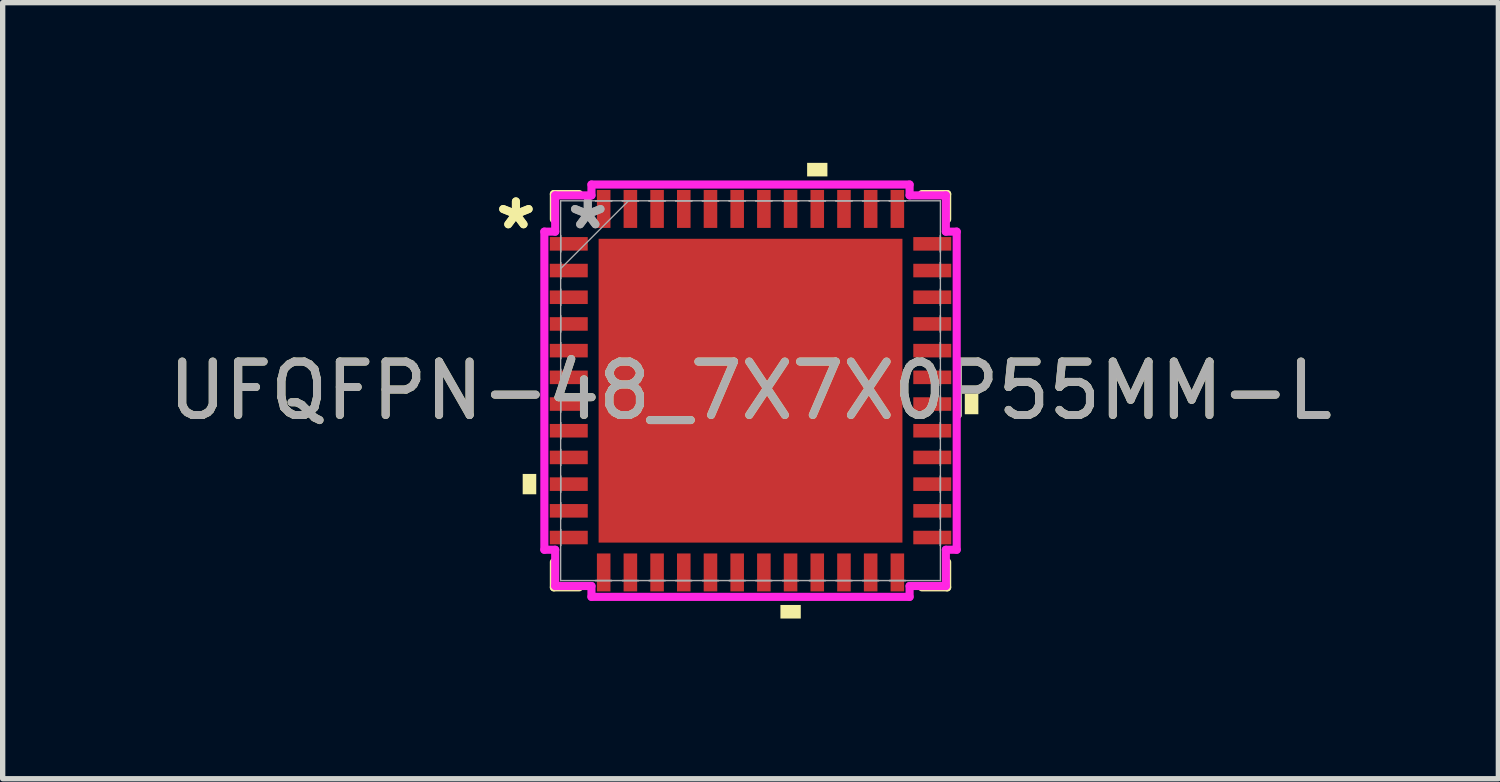
<source format=kicad_pcb>
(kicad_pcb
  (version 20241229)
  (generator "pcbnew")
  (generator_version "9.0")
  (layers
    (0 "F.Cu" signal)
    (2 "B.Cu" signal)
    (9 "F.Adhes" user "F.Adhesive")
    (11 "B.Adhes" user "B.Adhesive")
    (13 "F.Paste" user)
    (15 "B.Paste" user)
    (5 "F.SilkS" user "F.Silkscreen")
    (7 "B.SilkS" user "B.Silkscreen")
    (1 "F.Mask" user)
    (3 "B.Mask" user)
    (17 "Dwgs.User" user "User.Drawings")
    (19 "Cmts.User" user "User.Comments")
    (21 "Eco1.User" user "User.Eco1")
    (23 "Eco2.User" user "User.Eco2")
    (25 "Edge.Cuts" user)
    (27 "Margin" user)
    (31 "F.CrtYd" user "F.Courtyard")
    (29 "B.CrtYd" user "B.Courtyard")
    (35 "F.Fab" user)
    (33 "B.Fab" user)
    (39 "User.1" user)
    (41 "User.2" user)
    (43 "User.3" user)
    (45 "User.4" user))
  (footprint "UFQFPN-48_7X7X0P55MM-L"
    (layer "F.Cu")
    (at 11.006 4.267)
    (property "Reference" "UFQFPN-48_7X7X0P55MM-L" (at 0 0 0) (unlocked yes) (layer "F.SilkS") (effects (font (size 1 1) (thickness 0.15))))
    (attr smd)
    (fp_line (start -3.683 -3.683) (end -3.683 -3.21) (stroke (width 0.152) (type solid)) (layer "F.SilkS"))
    (fp_line (start -3.683 3.21) (end -3.683 3.683) (stroke (width 0.152) (type solid)) (layer "F.SilkS"))
    (fp_line (start -3.683 3.683) (end -3.21 3.683) (stroke (width 0.152) (type solid)) (layer "F.SilkS"))
    (fp_line (start -3.21 -3.683) (end -3.683 -3.683) (stroke (width 0.152) (type solid)) (layer "F.SilkS"))
    (fp_line (start 3.21 3.683) (end 3.683 3.683) (stroke (width 0.152) (type solid)) (layer "F.SilkS"))
    (fp_line (start 3.683 -3.683) (end 3.21 -3.683) (stroke (width 0.152) (type solid)) (layer "F.SilkS"))
    (fp_line (start 3.683 -3.21) (end 3.683 -3.683) (stroke (width 0.152) (type solid)) (layer "F.SilkS"))
    (fp_line (start 3.683 3.683) (end 3.683 3.21) (stroke (width 0.152) (type solid)) (layer "F.SilkS"))
    (fp_poly (pts (xy -4.267 1.559) (xy -4.267 1.94) (xy -4.013 1.94) (xy -4.013 1.559)) (stroke (width 0) (type solid)) (fill yes) (layer "F.SilkS"))
    (fp_poly (pts (xy 0.56 4.013) (xy 0.56 4.267) (xy 0.941 4.267) (xy 0.941 4.013)) (stroke (width 0) (type solid)) (fill yes) (layer "F.SilkS"))
    (fp_poly (pts (xy 1.06 -4.013) (xy 1.06 -4.267) (xy 1.44 -4.267) (xy 1.44 -4.013)) (stroke (width 0) (type solid)) (fill yes) (layer "F.SilkS"))
    (fp_poly (pts (xy 4.267 0.059) (xy 4.267 0.441) (xy 4.013 0.441) (xy 4.013 0.059)) (stroke (width 0) (type solid)) (fill yes) (layer "F.SilkS"))
    (fp_poly (pts (xy -2.745 -2.745) (xy -2.745 -1.522) (xy -1.522 -1.522) (xy -1.522 -2.745)) (stroke (width 0) (type solid)) (fill yes) (layer "F.Paste"))
    (fp_poly (pts (xy -2.745 -1.322) (xy -2.745 -0.1) (xy -1.522 -0.1) (xy -1.522 -1.322)) (stroke (width 0) (type solid)) (fill yes) (layer "F.Paste"))
    (fp_poly (pts (xy -2.745 0.1) (xy -2.745 1.322) (xy -1.522 1.322) (xy -1.522 0.1)) (stroke (width 0) (type solid)) (fill yes) (layer "F.Paste"))
    (fp_poly (pts (xy -2.745 1.522) (xy -2.745 2.745) (xy -1.522 2.745) (xy -1.522 1.522)) (stroke (width 0) (type solid)) (fill yes) (layer "F.Paste"))
    (fp_poly (pts (xy -1.322 -2.745) (xy -1.322 -1.522) (xy -0.1 -1.522) (xy -0.1 -2.745)) (stroke (width 0) (type solid)) (fill yes) (layer "F.Paste"))
    (fp_poly (pts (xy -1.322 -1.322) (xy -1.322 -0.1) (xy -0.1 -0.1) (xy -0.1 -1.322)) (stroke (width 0) (type solid)) (fill yes) (layer "F.Paste"))
    (fp_poly (pts (xy -1.322 0.1) (xy -1.322 1.322) (xy -0.1 1.322) (xy -0.1 0.1)) (stroke (width 0) (type solid)) (fill yes) (layer "F.Paste"))
    (fp_poly (pts (xy -1.322 1.522) (xy -1.322 2.745) (xy -0.1 2.745) (xy -0.1 1.522)) (stroke (width 0) (type solid)) (fill yes) (layer "F.Paste"))
    (fp_poly (pts (xy 0.1 -2.745) (xy 0.1 -1.522) (xy 1.322 -1.522) (xy 1.322 -2.745)) (stroke (width 0) (type solid)) (fill yes) (layer "F.Paste"))
    (fp_poly (pts (xy 0.1 -1.322) (xy 0.1 -0.1) (xy 1.322 -0.1) (xy 1.322 -1.322)) (stroke (width 0) (type solid)) (fill yes) (layer "F.Paste"))
    (fp_poly (pts (xy 0.1 0.1) (xy 0.1 1.322) (xy 1.322 1.322) (xy 1.322 0.1)) (stroke (width 0) (type solid)) (fill yes) (layer "F.Paste"))
    (fp_poly (pts (xy 0.1 1.522) (xy 0.1 2.745) (xy 1.322 2.745) (xy 1.322 1.522)) (stroke (width 0) (type solid)) (fill yes) (layer "F.Paste"))
    (fp_poly (pts (xy 1.522 -2.745) (xy 1.522 -1.522) (xy 2.745 -1.522) (xy 2.745 -2.745)) (stroke (width 0) (type solid)) (fill yes) (layer "F.Paste"))
    (fp_poly (pts (xy 1.522 -1.322) (xy 1.522 -0.1) (xy 2.745 -0.1) (xy 2.745 -1.322)) (stroke (width 0) (type solid)) (fill yes) (layer "F.Paste"))
    (fp_poly (pts (xy 1.522 0.1) (xy 1.522 1.322) (xy 2.745 1.322) (xy 2.745 0.1)) (stroke (width 0) (type solid)) (fill yes) (layer "F.Paste"))
    (fp_poly (pts (xy 1.522 1.522) (xy 1.522 2.745) (xy 2.745 2.745) (xy 2.745 1.522)) (stroke (width 0) (type solid)) (fill yes) (layer "F.Paste"))
    (fp_line (start -3.861 -2.979) (end -3.658 -2.979) (stroke (width 0.152) (type solid)) (layer "F.CrtYd"))
    (fp_line (start -3.861 2.979) (end -3.861 -2.979) (stroke (width 0.152) (type solid)) (layer "F.CrtYd"))
    (fp_line (start -3.658 -3.658) (end -2.979 -3.658) (stroke (width 0.152) (type solid)) (layer "F.CrtYd"))
    (fp_line (start -3.658 -2.979) (end -3.658 -3.658) (stroke (width 0.152) (type solid)) (layer "F.CrtYd"))
    (fp_line (start -3.658 2.979) (end -3.861 2.979) (stroke (width 0.152) (type solid)) (layer "F.CrtYd"))
    (fp_line (start -3.658 3.658) (end -3.658 2.979) (stroke (width 0.152) (type solid)) (layer "F.CrtYd"))
    (fp_line (start -2.979 -3.861) (end 2.979 -3.861) (stroke (width 0.152) (type solid)) (layer "F.CrtYd"))
    (fp_line (start -2.979 -3.658) (end -2.979 -3.861) (stroke (width 0.152) (type solid)) (layer "F.CrtYd"))
    (fp_line (start -2.979 3.658) (end -3.658 3.658) (stroke (width 0.152) (type solid)) (layer "F.CrtYd"))
    (fp_line (start -2.979 3.861) (end -2.979 3.658) (stroke (width 0.152) (type solid)) (layer "F.CrtYd"))
    (fp_line (start 2.979 -3.861) (end 2.979 -3.658) (stroke (width 0.152) (type solid)) (layer "F.CrtYd"))
    (fp_line (start 2.979 -3.658) (end 3.658 -3.658) (stroke (width 0.152) (type solid)) (layer "F.CrtYd"))
    (fp_line (start 2.979 3.658) (end 2.979 3.861) (stroke (width 0.152) (type solid)) (layer "F.CrtYd"))
    (fp_line (start 2.979 3.861) (end -2.979 3.861) (stroke (width 0.152) (type solid)) (layer "F.CrtYd"))
    (fp_line (start 3.658 -3.658) (end 3.658 -2.979) (stroke (width 0.152) (type solid)) (layer "F.CrtYd"))
    (fp_line (start 3.658 -2.979) (end 3.861 -2.979) (stroke (width 0.152) (type solid)) (layer "F.CrtYd"))
    (fp_line (start 3.658 2.979) (end 3.658 3.658) (stroke (width 0.152) (type solid)) (layer "F.CrtYd"))
    (fp_line (start 3.658 3.658) (end 2.979 3.658) (stroke (width 0.152) (type solid)) (layer "F.CrtYd"))
    (fp_line (start 3.861 -2.979) (end 3.861 2.979) (stroke (width 0.152) (type solid)) (layer "F.CrtYd"))
    (fp_line (start 3.861 2.979) (end 3.658 2.979) (stroke (width 0.152) (type solid)) (layer "F.CrtYd"))
    (fp_line (start -3.556 -3.556) (end -3.556 -3.556) (stroke (width 0.025) (type solid)) (layer "F.Fab"))
    (fp_line (start -3.556 -3.556) (end -3.556 3.556) (stroke (width 0.025) (type solid)) (layer "F.Fab"))
    (fp_line (start -3.556 -2.902) (end -3.556 -2.902) (stroke (width 0.025) (type solid)) (layer "F.Fab"))
    (fp_line (start -3.556 -2.902) (end -3.556 -2.598) (stroke (width 0.025) (type solid)) (layer "F.Fab"))
    (fp_line (start -3.556 -2.598) (end -3.556 -2.902) (stroke (width 0.025) (type solid)) (layer "F.Fab"))
    (fp_line (start -3.556 -2.598) (end -3.556 -2.598) (stroke (width 0.025) (type solid)) (layer "F.Fab"))
    (fp_line (start -3.556 -2.402) (end -3.556 -2.402) (stroke (width 0.025) (type solid)) (layer "F.Fab"))
    (fp_line (start -3.556 -2.402) (end -3.556 -2.098) (stroke (width 0.025) (type solid)) (layer "F.Fab"))
    (fp_line (start -3.556 -2.286) (end -2.286 -3.556) (stroke (width 0.025) (type solid)) (layer "F.Fab"))
    (fp_line (start -3.556 -2.098) (end -3.556 -2.402) (stroke (width 0.025) (type solid)) (layer "F.Fab"))
    (fp_line (start -3.556 -2.098) (end -3.556 -2.098) (stroke (width 0.025) (type solid)) (layer "F.Fab"))
    (fp_line (start -3.556 -1.902) (end -3.556 -1.902) (stroke (width 0.025) (type solid)) (layer "F.Fab"))
    (fp_line (start -3.556 -1.902) (end -3.556 -1.598) (stroke (width 0.025) (type solid)) (layer "F.Fab"))
    (fp_line (start -3.556 -1.598) (end -3.556 -1.902) (stroke (width 0.025) (type solid)) (layer "F.Fab"))
    (fp_line (start -3.556 -1.598) (end -3.556 -1.598) (stroke (width 0.025) (type solid)) (layer "F.Fab"))
    (fp_line (start -3.556 -1.402) (end -3.556 -1.402) (stroke (width 0.025) (type solid)) (layer "F.Fab"))
    (fp_line (start -3.556 -1.402) (end -3.556 -1.098) (stroke (width 0.025) (type solid)) (layer "F.Fab"))
    (fp_line (start -3.556 -1.098) (end -3.556 -1.402) (stroke (width 0.025) (type solid)) (layer "F.Fab"))
    (fp_line (start -3.556 -1.098) (end -3.556 -1.098) (stroke (width 0.025) (type solid)) (layer "F.Fab"))
    (fp_line (start -3.556 -0.902) (end -3.556 -0.902) (stroke (width 0.025) (type solid)) (layer "F.Fab"))
    (fp_line (start -3.556 -0.902) (end -3.556 -0.598) (stroke (width 0.025) (type solid)) (layer "F.Fab"))
    (fp_line (start -3.556 -0.598) (end -3.556 -0.902) (stroke (width 0.025) (type solid)) (layer "F.Fab"))
    (fp_line (start -3.556 -0.598) (end -3.556 -0.598) (stroke (width 0.025) (type solid)) (layer "F.Fab"))
    (fp_line (start -3.556 -0.402) (end -3.556 -0.402) (stroke (width 0.025) (type solid)) (layer "F.Fab"))
    (fp_line (start -3.556 -0.402) (end -3.556 -0.098) (stroke (width 0.025) (type solid)) (layer "F.Fab"))
    (fp_line (start -3.556 -0.098) (end -3.556 -0.402) (stroke (width 0.025) (type solid)) (layer "F.Fab"))
    (fp_line (start -3.556 -0.098) (end -3.556 -0.098) (stroke (width 0.025) (type solid)) (layer "F.Fab"))
    (fp_line (start -3.556 0.098) (end -3.556 0.098) (stroke (width 0.025) (type solid)) (layer "F.Fab"))
    (fp_line (start -3.556 0.098) (end -3.556 0.402) (stroke (width 0.025) (type solid)) (layer "F.Fab"))
    (fp_line (start -3.556 0.402) (end -3.556 0.098) (stroke (width 0.025) (type solid)) (layer "F.Fab"))
    (fp_line (start -3.556 0.402) (end -3.556 0.402) (stroke (width 0.025) (type solid)) (layer "F.Fab"))
    (fp_line (start -3.556 0.598) (end -3.556 0.598) (stroke (width 0.025) (type solid)) (layer "F.Fab"))
    (fp_line (start -3.556 0.598) (end -3.556 0.902) (stroke (width 0.025) (type solid)) (layer "F.Fab"))
    (fp_line (start -3.556 0.902) (end -3.556 0.598) (stroke (width 0.025) (type solid)) (layer "F.Fab"))
    (fp_line (start -3.556 0.902) (end -3.556 0.902) (stroke (width 0.025) (type solid)) (layer "F.Fab"))
    (fp_line (start -3.556 1.098) (end -3.556 1.098) (stroke (width 0.025) (type solid)) (layer "F.Fab"))
    (fp_line (start -3.556 1.098) (end -3.556 1.402) (stroke (width 0.025) (type solid)) (layer "F.Fab"))
    (fp_line (start -3.556 1.402) (end -3.556 1.098) (stroke (width 0.025) (type solid)) (layer "F.Fab"))
    (fp_line (start -3.556 1.402) (end -3.556 1.402) (stroke (width 0.025) (type solid)) (layer "F.Fab"))
    (fp_line (start -3.556 1.598) (end -3.556 1.598) (stroke (width 0.025) (type solid)) (layer "F.Fab"))
    (fp_line (start -3.556 1.598) (end -3.556 1.902) (stroke (width 0.025) (type solid)) (layer "F.Fab"))
    (fp_line (start -3.556 1.902) (end -3.556 1.598) (stroke (width 0.025) (type solid)) (layer "F.Fab"))
    (fp_line (start -3.556 1.902) (end -3.556 1.902) (stroke (width 0.025) (type solid)) (layer "F.Fab"))
    (fp_line (start -3.556 2.098) (end -3.556 2.098) (stroke (width 0.025) (type solid)) (layer "F.Fab"))
    (fp_line (start -3.556 2.098) (end -3.556 2.402) (stroke (width 0.025) (type solid)) (layer "F.Fab"))
    (fp_line (start -3.556 2.402) (end -3.556 2.098) (stroke (width 0.025) (type solid)) (layer "F.Fab"))
    (fp_line (start -3.556 2.402) (end -3.556 2.402) (stroke (width 0.025) (type solid)) (layer "F.Fab"))
    (fp_line (start -3.556 2.598) (end -3.556 2.598) (stroke (width 0.025) (type solid)) (layer "F.Fab"))
    (fp_line (start -3.556 2.598) (end -3.556 2.902) (stroke (width 0.025) (type solid)) (layer "F.Fab"))
    (fp_line (start -3.556 2.902) (end -3.556 2.598) (stroke (width 0.025) (type solid)) (layer "F.Fab"))
    (fp_line (start -3.556 2.902) (end -3.556 2.902) (stroke (width 0.025) (type solid)) (layer "F.Fab"))
    (fp_line (start -3.556 3.556) (end -3.556 3.556) (stroke (width 0.025) (type solid)) (layer "F.Fab"))
    (fp_line (start -3.556 3.556) (end 3.556 3.556) (stroke (width 0.025) (type solid)) (layer "F.Fab"))
    (fp_line (start -2.902 -3.556) (end -2.902 -3.556) (stroke (width 0.025) (type solid)) (layer "F.Fab"))
    (fp_line (start -2.902 -3.556) (end -2.598 -3.556) (stroke (width 0.025) (type solid)) (layer "F.Fab"))
    (fp_line (start -2.902 3.556) (end -2.902 3.556) (stroke (width 0.025) (type solid)) (layer "F.Fab"))
    (fp_line (start -2.902 3.556) (end -2.598 3.556) (stroke (width 0.025) (type solid)) (layer "F.Fab"))
    (fp_line (start -2.598 -3.556) (end -2.902 -3.556) (stroke (width 0.025) (type solid)) (layer "F.Fab"))
    (fp_line (start -2.598 -3.556) (end -2.598 -3.556) (stroke (width 0.025) (type solid)) (layer "F.Fab"))
    (fp_line (start -2.598 3.556) (end -2.902 3.556) (stroke (width 0.025) (type solid)) (layer "F.Fab"))
    (fp_line (start -2.598 3.556) (end -2.598 3.556) (stroke (width 0.025) (type solid)) (layer "F.Fab"))
    (fp_line (start -2.402 -3.556) (end -2.402 -3.556) (stroke (width 0.025) (type solid)) (layer "F.Fab"))
    (fp_line (start -2.402 -3.556) (end -2.098 -3.556) (stroke (width 0.025) (type solid)) (layer "F.Fab"))
    (fp_line (start -2.402 3.556) (end -2.402 3.556) (stroke (width 0.025) (type solid)) (layer "F.Fab"))
    (fp_line (start -2.402 3.556) (end -2.098 3.556) (stroke (width 0.025) (type solid)) (layer "F.Fab"))
    (fp_line (start -2.098 -3.556) (end -2.402 -3.556) (stroke (width 0.025) (type solid)) (layer "F.Fab"))
    (fp_line (start -2.098 -3.556) (end -2.098 -3.556) (stroke (width 0.025) (type solid)) (layer "F.Fab"))
    (fp_line (start -2.098 3.556) (end -2.402 3.556) (stroke (width 0.025) (type solid)) (layer "F.Fab"))
    (fp_line (start -2.098 3.556) (end -2.098 3.556) (stroke (width 0.025) (type solid)) (layer "F.Fab"))
    (fp_line (start -1.902 -3.556) (end -1.902 -3.556) (stroke (width 0.025) (type solid)) (layer "F.Fab"))
    (fp_line (start -1.902 -3.556) (end -1.598 -3.556) (stroke (width 0.025) (type solid)) (layer "F.Fab"))
    (fp_line (start -1.902 3.556) (end -1.902 3.556) (stroke (width 0.025) (type solid)) (layer "F.Fab"))
    (fp_line (start -1.902 3.556) (end -1.598 3.556) (stroke (width 0.025) (type solid)) (layer "F.Fab"))
    (fp_line (start -1.598 -3.556) (end -1.902 -3.556) (stroke (width 0.025) (type solid)) (layer "F.Fab"))
    (fp_line (start -1.598 -3.556) (end -1.598 -3.556) (stroke (width 0.025) (type solid)) (layer "F.Fab"))
    (fp_line (start -1.598 3.556) (end -1.902 3.556) (stroke (width 0.025) (type solid)) (layer "F.Fab"))
    (fp_line (start -1.598 3.556) (end -1.598 3.556) (stroke (width 0.025) (type solid)) (layer "F.Fab"))
    (fp_line (start -1.402 -3.556) (end -1.402 -3.556) (stroke (width 0.025) (type solid)) (layer "F.Fab"))
    (fp_line (start -1.402 -3.556) (end -1.098 -3.556) (stroke (width 0.025) (type solid)) (layer "F.Fab"))
    (fp_line (start -1.402 3.556) (end -1.402 3.556) (stroke (width 0.025) (type solid)) (layer "F.Fab"))
    (fp_line (start -1.402 3.556) (end -1.098 3.556) (stroke (width 0.025) (type solid)) (layer "F.Fab"))
    (fp_line (start -1.098 -3.556) (end -1.402 -3.556) (stroke (width 0.025) (type solid)) (layer "F.Fab"))
    (fp_line (start -1.098 -3.556) (end -1.098 -3.556) (stroke (width 0.025) (type solid)) (layer "F.Fab"))
    (fp_line (start -1.098 3.556) (end -1.402 3.556) (stroke (width 0.025) (type solid)) (layer "F.Fab"))
    (fp_line (start -1.098 3.556) (end -1.098 3.556) (stroke (width 0.025) (type solid)) (layer "F.Fab"))
    (fp_line (start -0.902 -3.556) (end -0.902 -3.556) (stroke (width 0.025) (type solid)) (layer "F.Fab"))
    (fp_line (start -0.902 -3.556) (end -0.598 -3.556) (stroke (width 0.025) (type solid)) (layer "F.Fab"))
    (fp_line (start -0.902 3.556) (end -0.902 3.556) (stroke (width 0.025) (type solid)) (layer "F.Fab"))
    (fp_line (start -0.902 3.556) (end -0.598 3.556) (stroke (width 0.025) (type solid)) (layer "F.Fab"))
    (fp_line (start -0.598 -3.556) (end -0.902 -3.556) (stroke (width 0.025) (type solid)) (layer "F.Fab"))
    (fp_line (start -0.598 -3.556) (end -0.598 -3.556) (stroke (width 0.025) (type solid)) (layer "F.Fab"))
    (fp_line (start -0.598 3.556) (end -0.902 3.556) (stroke (width 0.025) (type solid)) (layer "F.Fab"))
    (fp_line (start -0.598 3.556) (end -0.598 3.556) (stroke (width 0.025) (type solid)) (layer "F.Fab"))
    (fp_line (start -0.402 -3.556) (end -0.402 -3.556) (stroke (width 0.025) (type solid)) (layer "F.Fab"))
    (fp_line (start -0.402 -3.556) (end -0.098 -3.556) (stroke (width 0.025) (type solid)) (layer "F.Fab"))
    (fp_line (start -0.402 3.556) (end -0.402 3.556) (stroke (width 0.025) (type solid)) (layer "F.Fab"))
    (fp_line (start -0.402 3.556) (end -0.098 3.556) (stroke (width 0.025) (type solid)) (layer "F.Fab"))
    (fp_line (start -0.098 -3.556) (end -0.402 -3.556) (stroke (width 0.025) (type solid)) (layer "F.Fab"))
    (fp_line (start -0.098 -3.556) (end -0.098 -3.556) (stroke (width 0.025) (type solid)) (layer "F.Fab"))
    (fp_line (start -0.098 3.556) (end -0.402 3.556) (stroke (width 0.025) (type solid)) (layer "F.Fab"))
    (fp_line (start -0.098 3.556) (end -0.098 3.556) (stroke (width 0.025) (type solid)) (layer "F.Fab"))
    (fp_line (start 0.098 -3.556) (end 0.098 -3.556) (stroke (width 0.025) (type solid)) (layer "F.Fab"))
    (fp_line (start 0.098 -3.556) (end 0.402 -3.556) (stroke (width 0.025) (type solid)) (layer "F.Fab"))
    (fp_line (start 0.098 3.556) (end 0.098 3.556) (stroke (width 0.025) (type solid)) (layer "F.Fab"))
    (fp_line (start 0.098 3.556) (end 0.402 3.556) (stroke (width 0.025) (type solid)) (layer "F.Fab"))
    (fp_line (start 0.402 -3.556) (end 0.098 -3.556) (stroke (width 0.025) (type solid)) (layer "F.Fab"))
    (fp_line (start 0.402 -3.556) (end 0.402 -3.556) (stroke (width 0.025) (type solid)) (layer "F.Fab"))
    (fp_line (start 0.402 3.556) (end 0.098 3.556) (stroke (width 0.025) (type solid)) (layer "F.Fab"))
    (fp_line (start 0.402 3.556) (end 0.402 3.556) (stroke (width 0.025) (type solid)) (layer "F.Fab"))
    (fp_line (start 0.598 -3.556) (end 0.598 -3.556) (stroke (width 0.025) (type solid)) (layer "F.Fab"))
    (fp_line (start 0.598 -3.556) (end 0.902 -3.556) (stroke (width 0.025) (type solid)) (layer "F.Fab"))
    (fp_line (start 0.598 3.556) (end 0.598 3.556) (stroke (width 0.025) (type solid)) (layer "F.Fab"))
    (fp_line (start 0.598 3.556) (end 0.902 3.556) (stroke (width 0.025) (type solid)) (layer "F.Fab"))
    (fp_line (start 0.902 -3.556) (end 0.598 -3.556) (stroke (width 0.025) (type solid)) (layer "F.Fab"))
    (fp_line (start 0.902 -3.556) (end 0.902 -3.556) (stroke (width 0.025) (type solid)) (layer "F.Fab"))
    (fp_line (start 0.902 3.556) (end 0.598 3.556) (stroke (width 0.025) (type solid)) (layer "F.Fab"))
    (fp_line (start 0.902 3.556) (end 0.902 3.556) (stroke (width 0.025) (type solid)) (layer "F.Fab"))
    (fp_line (start 1.098 -3.556) (end 1.098 -3.556) (stroke (width 0.025) (type solid)) (layer "F.Fab"))
    (fp_line (start 1.098 -3.556) (end 1.402 -3.556) (stroke (width 0.025) (type solid)) (layer "F.Fab"))
    (fp_line (start 1.098 3.556) (end 1.098 3.556) (stroke (width 0.025) (type solid)) (layer "F.Fab"))
    (fp_line (start 1.098 3.556) (end 1.402 3.556) (stroke (width 0.025) (type solid)) (layer "F.Fab"))
    (fp_line (start 1.402 -3.556) (end 1.098 -3.556) (stroke (width 0.025) (type solid)) (layer "F.Fab"))
    (fp_line (start 1.402 -3.556) (end 1.402 -3.556) (stroke (width 0.025) (type solid)) (layer "F.Fab"))
    (fp_line (start 1.402 3.556) (end 1.098 3.556) (stroke (width 0.025) (type solid)) (layer "F.Fab"))
    (fp_line (start 1.402 3.556) (end 1.402 3.556) (stroke (width 0.025) (type solid)) (layer "F.Fab"))
    (fp_line (start 1.598 -3.556) (end 1.598 -3.556) (stroke (width 0.025) (type solid)) (layer "F.Fab"))
    (fp_line (start 1.598 -3.556) (end 1.902 -3.556) (stroke (width 0.025) (type solid)) (layer "F.Fab"))
    (fp_line (start 1.598 3.556) (end 1.598 3.556) (stroke (width 0.025) (type solid)) (layer "F.Fab"))
    (fp_line (start 1.598 3.556) (end 1.902 3.556) (stroke (width 0.025) (type solid)) (layer "F.Fab"))
    (fp_line (start 1.902 -3.556) (end 1.598 -3.556) (stroke (width 0.025) (type solid)) (layer "F.Fab"))
    (fp_line (start 1.902 -3.556) (end 1.902 -3.556) (stroke (width 0.025) (type solid)) (layer "F.Fab"))
    (fp_line (start 1.902 3.556) (end 1.598 3.556) (stroke (width 0.025) (type solid)) (layer "F.Fab"))
    (fp_line (start 1.902 3.556) (end 1.902 3.556) (stroke (width 0.025) (type solid)) (layer "F.Fab"))
    (fp_line (start 2.098 -3.556) (end 2.098 -3.556) (stroke (width 0.025) (type solid)) (layer "F.Fab"))
    (fp_line (start 2.098 -3.556) (end 2.402 -3.556) (stroke (width 0.025) (type solid)) (layer "F.Fab"))
    (fp_line (start 2.098 3.556) (end 2.098 3.556) (stroke (width 0.025) (type solid)) (layer "F.Fab"))
    (fp_line (start 2.098 3.556) (end 2.402 3.556) (stroke (width 0.025) (type solid)) (layer "F.Fab"))
    (fp_line (start 2.402 -3.556) (end 2.098 -3.556) (stroke (width 0.025) (type solid)) (layer "F.Fab"))
    (fp_line (start 2.402 -3.556) (end 2.402 -3.556) (stroke (width 0.025) (type solid)) (layer "F.Fab"))
    (fp_line (start 2.402 3.556) (end 2.098 3.556) (stroke (width 0.025) (type solid)) (layer "F.Fab"))
    (fp_line (start 2.402 3.556) (end 2.402 3.556) (stroke (width 0.025) (type solid)) (layer "F.Fab"))
    (fp_line (start 2.598 -3.556) (end 2.598 -3.556) (stroke (width 0.025) (type solid)) (layer "F.Fab"))
    (fp_line (start 2.598 -3.556) (end 2.902 -3.556) (stroke (width 0.025) (type solid)) (layer "F.Fab"))
    (fp_line (start 2.598 3.556) (end 2.598 3.556) (stroke (width 0.025) (type solid)) (layer "F.Fab"))
    (fp_line (start 2.598 3.556) (end 2.902 3.556) (stroke (width 0.025) (type solid)) (layer "F.Fab"))
    (fp_line (start 2.902 -3.556) (end 2.598 -3.556) (stroke (width 0.025) (type solid)) (layer "F.Fab"))
    (fp_line (start 2.902 -3.556) (end 2.902 -3.556) (stroke (width 0.025) (type solid)) (layer "F.Fab"))
    (fp_line (start 2.902 3.556) (end 2.598 3.556) (stroke (width 0.025) (type solid)) (layer "F.Fab"))
    (fp_line (start 2.902 3.556) (end 2.902 3.556) (stroke (width 0.025) (type solid)) (layer "F.Fab"))
    (fp_line (start 3.556 -3.556) (end -3.556 -3.556) (stroke (width 0.025) (type solid)) (layer "F.Fab"))
    (fp_line (start 3.556 -3.556) (end 3.556 -3.556) (stroke (width 0.025) (type solid)) (layer "F.Fab"))
    (fp_line (start 3.556 -2.902) (end 3.556 -2.902) (stroke (width 0.025) (type solid)) (layer "F.Fab"))
    (fp_line (start 3.556 -2.902) (end 3.556 -2.598) (stroke (width 0.025) (type solid)) (layer "F.Fab"))
    (fp_line (start 3.556 -2.598) (end 3.556 -2.902) (stroke (width 0.025) (type solid)) (layer "F.Fab"))
    (fp_line (start 3.556 -2.598) (end 3.556 -2.598) (stroke (width 0.025) (type solid)) (layer "F.Fab"))
    (fp_line (start 3.556 -2.402) (end 3.556 -2.402) (stroke (width 0.025) (type solid)) (layer "F.Fab"))
    (fp_line (start 3.556 -2.402) (end 3.556 -2.098) (stroke (width 0.025) (type solid)) (layer "F.Fab"))
    (fp_line (start 3.556 -2.098) (end 3.556 -2.402) (stroke (width 0.025) (type solid)) (layer "F.Fab"))
    (fp_line (start 3.556 -2.098) (end 3.556 -2.098) (stroke (width 0.025) (type solid)) (layer "F.Fab"))
    (fp_line (start 3.556 -1.902) (end 3.556 -1.902) (stroke (width 0.025) (type solid)) (layer "F.Fab"))
    (fp_line (start 3.556 -1.902) (end 3.556 -1.598) (stroke (width 0.025) (type solid)) (layer "F.Fab"))
    (fp_line (start 3.556 -1.598) (end 3.556 -1.902) (stroke (width 0.025) (type solid)) (layer "F.Fab"))
    (fp_line (start 3.556 -1.598) (end 3.556 -1.598) (stroke (width 0.025) (type solid)) (layer "F.Fab"))
    (fp_line (start 3.556 -1.402) (end 3.556 -1.402) (stroke (width 0.025) (type solid)) (layer "F.Fab"))
    (fp_line (start 3.556 -1.402) (end 3.556 -1.098) (stroke (width 0.025) (type solid)) (layer "F.Fab"))
    (fp_line (start 3.556 -1.098) (end 3.556 -1.402) (stroke (width 0.025) (type solid)) (layer "F.Fab"))
    (fp_line (start 3.556 -1.098) (end 3.556 -1.098) (stroke (width 0.025) (type solid)) (layer "F.Fab"))
    (fp_line (start 3.556 -0.902) (end 3.556 -0.902) (stroke (width 0.025) (type solid)) (layer "F.Fab"))
    (fp_line (start 3.556 -0.902) (end 3.556 -0.598) (stroke (width 0.025) (type solid)) (layer "F.Fab"))
    (fp_line (start 3.556 -0.598) (end 3.556 -0.902) (stroke (width 0.025) (type solid)) (layer "F.Fab"))
    (fp_line (start 3.556 -0.598) (end 3.556 -0.598) (stroke (width 0.025) (type solid)) (layer "F.Fab"))
    (fp_line (start 3.556 -0.402) (end 3.556 -0.402) (stroke (width 0.025) (type solid)) (layer "F.Fab"))
    (fp_line (start 3.556 -0.402) (end 3.556 -0.098) (stroke (width 0.025) (type solid)) (layer "F.Fab"))
    (fp_line (start 3.556 -0.098) (end 3.556 -0.402) (stroke (width 0.025) (type solid)) (layer "F.Fab"))
    (fp_line (start 3.556 -0.098) (end 3.556 -0.098) (stroke (width 0.025) (type solid)) (layer "F.Fab"))
    (fp_line (start 3.556 0.098) (end 3.556 0.098) (stroke (width 0.025) (type solid)) (layer "F.Fab"))
    (fp_line (start 3.556 0.098) (end 3.556 0.402) (stroke (width 0.025) (type solid)) (layer "F.Fab"))
    (fp_line (start 3.556 0.402) (end 3.556 0.098) (stroke (width 0.025) (type solid)) (layer "F.Fab"))
    (fp_line (start 3.556 0.402) (end 3.556 0.402) (stroke (width 0.025) (type solid)) (layer "F.Fab"))
    (fp_line (start 3.556 0.598) (end 3.556 0.598) (stroke (width 0.025) (type solid)) (layer "F.Fab"))
    (fp_line (start 3.556 0.598) (end 3.556 0.902) (stroke (width 0.025) (type solid)) (layer "F.Fab"))
    (fp_line (start 3.556 0.902) (end 3.556 0.598) (stroke (width 0.025) (type solid)) (layer "F.Fab"))
    (fp_line (start 3.556 0.902) (end 3.556 0.902) (stroke (width 0.025) (type solid)) (layer "F.Fab"))
    (fp_line (start 3.556 1.098) (end 3.556 1.098) (stroke (width 0.025) (type solid)) (layer "F.Fab"))
    (fp_line (start 3.556 1.098) (end 3.556 1.402) (stroke (width 0.025) (type solid)) (layer "F.Fab"))
    (fp_line (start 3.556 1.402) (end 3.556 1.098) (stroke (width 0.025) (type solid)) (layer "F.Fab"))
    (fp_line (start 3.556 1.402) (end 3.556 1.402) (stroke (width 0.025) (type solid)) (layer "F.Fab"))
    (fp_line (start 3.556 1.598) (end 3.556 1.598) (stroke (width 0.025) (type solid)) (layer "F.Fab"))
    (fp_line (start 3.556 1.598) (end 3.556 1.902) (stroke (width 0.025) (type solid)) (layer "F.Fab"))
    (fp_line (start 3.556 1.902) (end 3.556 1.598) (stroke (width 0.025) (type solid)) (layer "F.Fab"))
    (fp_line (start 3.556 1.902) (end 3.556 1.902) (stroke (width 0.025) (type solid)) (layer "F.Fab"))
    (fp_line (start 3.556 2.098) (end 3.556 2.098) (stroke (width 0.025) (type solid)) (layer "F.Fab"))
    (fp_line (start 3.556 2.098) (end 3.556 2.402) (stroke (width 0.025) (type solid)) (layer "F.Fab"))
    (fp_line (start 3.556 2.402) (end 3.556 2.098) (stroke (width 0.025) (type solid)) (layer "F.Fab"))
    (fp_line (start 3.556 2.402) (end 3.556 2.402) (stroke (width 0.025) (type solid)) (layer "F.Fab"))
    (fp_line (start 3.556 2.598) (end 3.556 2.598) (stroke (width 0.025) (type solid)) (layer "F.Fab"))
    (fp_line (start 3.556 2.598) (end 3.556 2.902) (stroke (width 0.025) (type solid)) (layer "F.Fab"))
    (fp_line (start 3.556 2.902) (end 3.556 2.598) (stroke (width 0.025) (type solid)) (layer "F.Fab"))
    (fp_line (start 3.556 2.902) (end 3.556 2.902) (stroke (width 0.025) (type solid)) (layer "F.Fab"))
    (fp_line (start 3.556 3.556) (end 3.556 -3.556) (stroke (width 0.025) (type solid)) (layer "F.Fab"))
    (fp_line (start 3.556 3.556) (end 3.556 3.556) (stroke (width 0.025) (type solid)) (layer "F.Fab"))
    (fp_text user "*" (at -4.394 -3 0) (layer "F.SilkS") (effects (font (size 1 1) (thickness 0.15))))
    (fp_text user "*" (at -4.394 -3 0) (unlocked yes) (layer "F.SilkS") (effects (font (size 1 1) (thickness 0.15))))
    (fp_text user "*" (at -3.048 -3 0) (layer "F.Fab") (effects (font (size 1 1) (thickness 0.15))))
    (fp_text user "*" (at -3.048 -3 0) (unlocked yes) (layer "F.Fab") (effects (font (size 1 1) (thickness 0.15))))
    (fp_text user "${REFERENCE}" (at 0 0 0) (unlocked yes) (layer "F.Fab") (effects (font (size 1 1) (thickness 0.15))))
    (pad "1" smd rect (at -3.404 -2.75 90) (size 0.254 0.711) (layers "F.Cu" "F.Mask" "F.Paste"))
    (pad "2" smd rect (at -3.404 -2.25 90) (size 0.254 0.711) (layers "F.Cu" "F.Mask" "F.Paste"))
    (pad "3" smd rect (at -3.404 -1.75 90) (size 0.254 0.711) (layers "F.Cu" "F.Mask" "F.Paste"))
    (pad "4" smd rect (at -3.404 -1.25 90) (size 0.254 0.711) (layers "F.Cu" "F.Mask" "F.Paste"))
    (pad "5" smd rect (at -3.404 -0.75 90) (size 0.254 0.711) (layers "F.Cu" "F.Mask" "F.Paste"))
    (pad "6" smd rect (at -3.404 -0.25 90) (size 0.254 0.711) (layers "F.Cu" "F.Mask" "F.Paste"))
    (pad "7" smd rect (at -3.404 0.25 90) (size 0.254 0.711) (layers "F.Cu" "F.Mask" "F.Paste"))
    (pad "8" smd rect (at -3.404 0.75 90) (size 0.254 0.711) (layers "F.Cu" "F.Mask" "F.Paste"))
    (pad "9" smd rect (at -3.404 1.25 90) (size 0.254 0.711) (layers "F.Cu" "F.Mask" "F.Paste"))
    (pad "10" smd rect (at -3.404 1.75 90) (size 0.254 0.711) (layers "F.Cu" "F.Mask" "F.Paste"))
    (pad "11" smd rect (at -3.404 2.25 90) (size 0.254 0.711) (layers "F.Cu" "F.Mask" "F.Paste"))
    (pad "12" smd rect (at -3.404 2.75 90) (size 0.254 0.711) (layers "F.Cu" "F.Mask" "F.Paste"))
    (pad "13" smd rect (at -2.75 3.404) (size 0.254 0.711) (layers "F.Cu" "F.Mask" "F.Paste"))
    (pad "14" smd rect (at -2.25 3.404) (size 0.254 0.711) (layers "F.Cu" "F.Mask" "F.Paste"))
    (pad "15" smd rect (at -1.75 3.404) (size 0.254 0.711) (layers "F.Cu" "F.Mask" "F.Paste"))
    (pad "16" smd rect (at -1.25 3.404) (size 0.254 0.711) (layers "F.Cu" "F.Mask" "F.Paste"))
    (pad "17" smd rect (at -0.75 3.404) (size 0.254 0.711) (layers "F.Cu" "F.Mask" "F.Paste"))
    (pad "18" smd rect (at -0.25 3.404) (size 0.254 0.711) (layers "F.Cu" "F.Mask" "F.Paste"))
    (pad "19" smd rect (at 0.25 3.404) (size 0.254 0.711) (layers "F.Cu" "F.Mask" "F.Paste"))
    (pad "20" smd rect (at 0.75 3.404) (size 0.254 0.711) (layers "F.Cu" "F.Mask" "F.Paste"))
    (pad "21" smd rect (at 1.25 3.404) (size 0.254 0.711) (layers "F.Cu" "F.Mask" "F.Paste"))
    (pad "22" smd rect (at 1.75 3.404) (size 0.254 0.711) (layers "F.Cu" "F.Mask" "F.Paste"))
    (pad "23" smd rect (at 2.25 3.404) (size 0.254 0.711) (layers "F.Cu" "F.Mask" "F.Paste"))
    (pad "24" smd rect (at 2.75 3.404) (size 0.254 0.711) (layers "F.Cu" "F.Mask" "F.Paste"))
    (pad "25" smd rect (at 3.404 2.75 90) (size 0.254 0.711) (layers "F.Cu" "F.Mask" "F.Paste"))
    (pad "26" smd rect (at 3.404 2.25 90) (size 0.254 0.711) (layers "F.Cu" "F.Mask" "F.Paste"))
    (pad "27" smd rect (at 3.404 1.75 90) (size 0.254 0.711) (layers "F.Cu" "F.Mask" "F.Paste"))
    (pad "28" smd rect (at 3.404 1.25 90) (size 0.254 0.711) (layers "F.Cu" "F.Mask" "F.Paste"))
    (pad "29" smd rect (at 3.404 0.75 90) (size 0.254 0.711) (layers "F.Cu" "F.Mask" "F.Paste"))
    (pad "30" smd rect (at 3.404 0.25 90) (size 0.254 0.711) (layers "F.Cu" "F.Mask" "F.Paste"))
    (pad "31" smd rect (at 3.404 -0.25 90) (size 0.254 0.711) (layers "F.Cu" "F.Mask" "F.Paste"))
    (pad "32" smd rect (at 3.404 -0.75 90) (size 0.254 0.711) (layers "F.Cu" "F.Mask" "F.Paste"))
    (pad "33" smd rect (at 3.404 -1.25 90) (size 0.254 0.711) (layers "F.Cu" "F.Mask" "F.Paste"))
    (pad "34" smd rect (at 3.404 -1.75 90) (size 0.254 0.711) (layers "F.Cu" "F.Mask" "F.Paste"))
    (pad "35" smd rect (at 3.404 -2.25 90) (size 0.254 0.711) (layers "F.Cu" "F.Mask" "F.Paste"))
    (pad "36" smd rect (at 3.404 -2.75 90) (size 0.254 0.711) (layers "F.Cu" "F.Mask" "F.Paste"))
    (pad "37" smd rect (at 2.75 -3.404) (size 0.254 0.711) (layers "F.Cu" "F.Mask" "F.Paste"))
    (pad "38" smd rect (at 2.25 -3.404) (size 0.254 0.711) (layers "F.Cu" "F.Mask" "F.Paste"))
    (pad "39" smd rect (at 1.75 -3.404) (size 0.254 0.711) (layers "F.Cu" "F.Mask" "F.Paste"))
    (pad "40" smd rect (at 1.25 -3.404) (size 0.254 0.711) (layers "F.Cu" "F.Mask" "F.Paste"))
    (pad "41" smd rect (at 0.75 -3.404) (size 0.254 0.711) (layers "F.Cu" "F.Mask" "F.Paste"))
    (pad "42" smd rect (at 0.25 -3.404) (size 0.254 0.711) (layers "F.Cu" "F.Mask" "F.Paste"))
    (pad "43" smd rect (at -0.25 -3.404) (size 0.254 0.711) (layers "F.Cu" "F.Mask" "F.Paste"))
    (pad "44" smd rect (at -0.75 -3.404) (size 0.254 0.711) (layers "F.Cu" "F.Mask" "F.Paste"))
    (pad "45" smd rect (at -1.25 -3.404) (size 0.254 0.711) (layers "F.Cu" "F.Mask" "F.Paste"))
    (pad "46" smd rect (at -1.75 -3.404) (size 0.254 0.711) (layers "F.Cu" "F.Mask" "F.Paste"))
    (pad "47" smd rect (at -2.25 -3.404) (size 0.254 0.711) (layers "F.Cu" "F.Mask" "F.Paste"))
    (pad "48" smd rect (at -2.75 -3.404) (size 0.254 0.711) (layers "F.Cu" "F.Mask" "F.Paste"))
    (pad "49" smd rect (at 0 0) (size 5.69 5.69) (layers "F.Cu" "F.Mask" "F.Paste")))
  (gr_rect
    (start -3 -3)
    (end 25.012 11.534)
    (stroke (width 0.1) (type default))
    (fill no)
    (layer "Edge.Cuts")))
</source>
